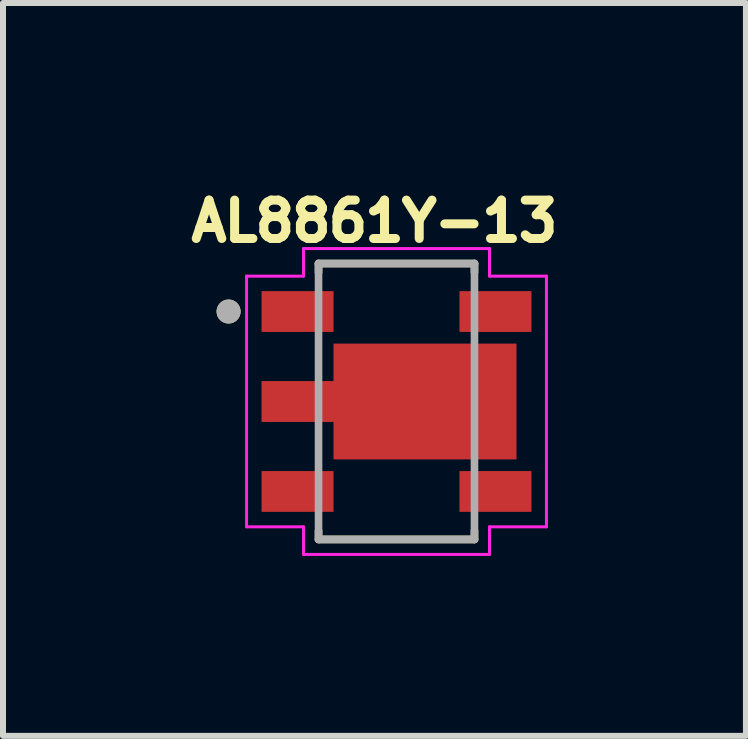
<source format=kicad_pcb>
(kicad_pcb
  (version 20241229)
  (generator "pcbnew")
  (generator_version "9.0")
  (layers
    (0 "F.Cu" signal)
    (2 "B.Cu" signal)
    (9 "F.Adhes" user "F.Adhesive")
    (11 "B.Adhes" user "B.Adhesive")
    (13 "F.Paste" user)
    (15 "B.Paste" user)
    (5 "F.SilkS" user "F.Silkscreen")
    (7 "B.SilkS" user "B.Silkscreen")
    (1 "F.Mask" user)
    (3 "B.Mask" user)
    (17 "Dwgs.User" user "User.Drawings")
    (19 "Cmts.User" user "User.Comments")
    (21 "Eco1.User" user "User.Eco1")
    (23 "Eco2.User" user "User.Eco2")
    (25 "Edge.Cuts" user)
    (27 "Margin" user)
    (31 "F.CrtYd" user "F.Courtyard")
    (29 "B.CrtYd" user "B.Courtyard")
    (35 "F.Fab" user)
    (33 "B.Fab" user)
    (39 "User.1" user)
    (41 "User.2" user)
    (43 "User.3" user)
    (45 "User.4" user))
  (footprint "AL8861Y-13"
    (layer "F.Cu")
    (at 3.561 3.644)
    (property "Reference" "AL8861Y-13" (at -0.368 -3.006 0) (layer "F.SilkS") (effects (font (size 0.64 0.64) (thickness 0.15))))
    (attr smd)
    (fp_poly (pts (xy -1.15 -0.44) (xy -1.15 -1.065) (xy 2.1 -1.065) (xy 2.1 1.065) (xy -1.15 1.065) (xy -1.15 0.44) (xy -2.35 0.44) (xy -2.35 -0.44)) (stroke (width 0.001) (type solid)) (fill yes) (layer "F.Mask"))
    (fp_line (start -1.3 -2.3) (end -1.3 -2.154) (stroke (width 0.127) (type solid)) (layer "F.SilkS"))
    (fp_line (start -1.3 2.154) (end -1.3 2.3) (stroke (width 0.127) (type solid)) (layer "F.SilkS"))
    (fp_line (start -1.3 2.3) (end 1.3 2.3) (stroke (width 0.127) (type solid)) (layer "F.SilkS"))
    (fp_line (start 1.3 -2.3) (end -1.3 -2.3) (stroke (width 0.127) (type solid)) (layer "F.SilkS"))
    (fp_line (start 1.3 -2.154) (end 1.3 -2.3) (stroke (width 0.127) (type solid)) (layer "F.SilkS"))
    (fp_line (start 1.3 2.3) (end 1.3 2.154) (stroke (width 0.127) (type solid)) (layer "F.SilkS"))
    (fp_circle (center -2.8 -1.5) (end -2.7 -1.5) (stroke (width 0.2) (type solid)) (fill no) (layer "F.SilkS"))
    (fp_poly (pts (xy -1.05 -0.34) (xy -1.05 -0.965) (xy 2 -0.965) (xy 2 0.965) (xy -1.05 0.965) (xy -1.05 0.34) (xy -2.25 0.34) (xy -2.25 -0.34)) (stroke (width 0.001) (type solid)) (fill yes) (layer "F.Paste"))
    (fp_line (start -2.5 -2.09) (end -1.55 -2.09) (stroke (width 0.05) (type solid)) (layer "F.CrtYd"))
    (fp_line (start -2.5 2.09) (end -2.5 -2.09) (stroke (width 0.05) (type solid)) (layer "F.CrtYd"))
    (fp_line (start -1.55 -2.55) (end 1.55 -2.55) (stroke (width 0.05) (type solid)) (layer "F.CrtYd"))
    (fp_line (start -1.55 -2.09) (end -1.55 -2.55) (stroke (width 0.05) (type solid)) (layer "F.CrtYd"))
    (fp_line (start -1.55 2.09) (end -2.5 2.09) (stroke (width 0.05) (type solid)) (layer "F.CrtYd"))
    (fp_line (start -1.55 2.55) (end -1.55 2.09) (stroke (width 0.05) (type solid)) (layer "F.CrtYd"))
    (fp_line (start 1.55 -2.55) (end 1.55 -2.09) (stroke (width 0.05) (type solid)) (layer "F.CrtYd"))
    (fp_line (start 1.55 -2.09) (end 2.5 -2.09) (stroke (width 0.05) (type solid)) (layer "F.CrtYd"))
    (fp_line (start 1.55 2.09) (end 1.55 2.55) (stroke (width 0.05) (type solid)) (layer "F.CrtYd"))
    (fp_line (start 1.55 2.55) (end -1.55 2.55) (stroke (width 0.05) (type solid)) (layer "F.CrtYd"))
    (fp_line (start 2.5 -2.09) (end 2.5 2.09) (stroke (width 0.05) (type solid)) (layer "F.CrtYd"))
    (fp_line (start 2.5 2.09) (end 1.55 2.09) (stroke (width 0.05) (type solid)) (layer "F.CrtYd"))
    (fp_line (start -1.3 -2.3) (end 1.3 -2.3) (stroke (width 0.127) (type solid)) (layer "F.Fab"))
    (fp_line (start -1.3 2.3) (end -1.3 -2.3) (stroke (width 0.127) (type solid)) (layer "F.Fab"))
    (fp_line (start 1.3 -2.3) (end 1.3 2.3) (stroke (width 0.127) (type solid)) (layer "F.Fab"))
    (fp_line (start 1.3 2.3) (end -1.3 2.3) (stroke (width 0.127) (type solid)) (layer "F.Fab"))
    (fp_circle (center -2.8 -1.5) (end -2.7 -1.5) (stroke (width 0.2) (type solid)) (fill no) (layer "F.Fab"))
    (pad "1" smd rect (at -1.65 -1.5) (size 1.2 0.68) (layers "F.Cu" "F.Mask" "F.Paste"))
    (pad "2" smd custom (at -1.65 0) (size 1.2 0.68) (layers "F.Cu") (options (anchor rect)) (primitives (gr_poly (pts (xy 0.6 -0.34) (xy 0.6 -0.965) (xy 3.65 -0.965) (xy 3.65 0.965) (xy 0.6 0.965) (xy 0.6 0.34) (xy -0.6 0.34) (xy -0.6 -0.34)) (width 0.001) (fill yes))))
    (pad "3" smd rect (at -1.65 1.5) (size 1.2 0.68) (layers "F.Cu" "F.Mask" "F.Paste"))
    (pad "4" smd rect (at 1.65 1.5) (size 1.2 0.68) (layers "F.Cu" "F.Mask" "F.Paste"))
    (pad "5" smd rect (at 1.65 -1.5) (size 1.2 0.68) (layers "F.Cu" "F.Mask" "F.Paste")))
  (gr_rect
    (start -3 -3)
    (end 9.387 9.219)
    (stroke (width 0.1) (type default))
    (fill no)
    (layer "Edge.Cuts")))
</source>
